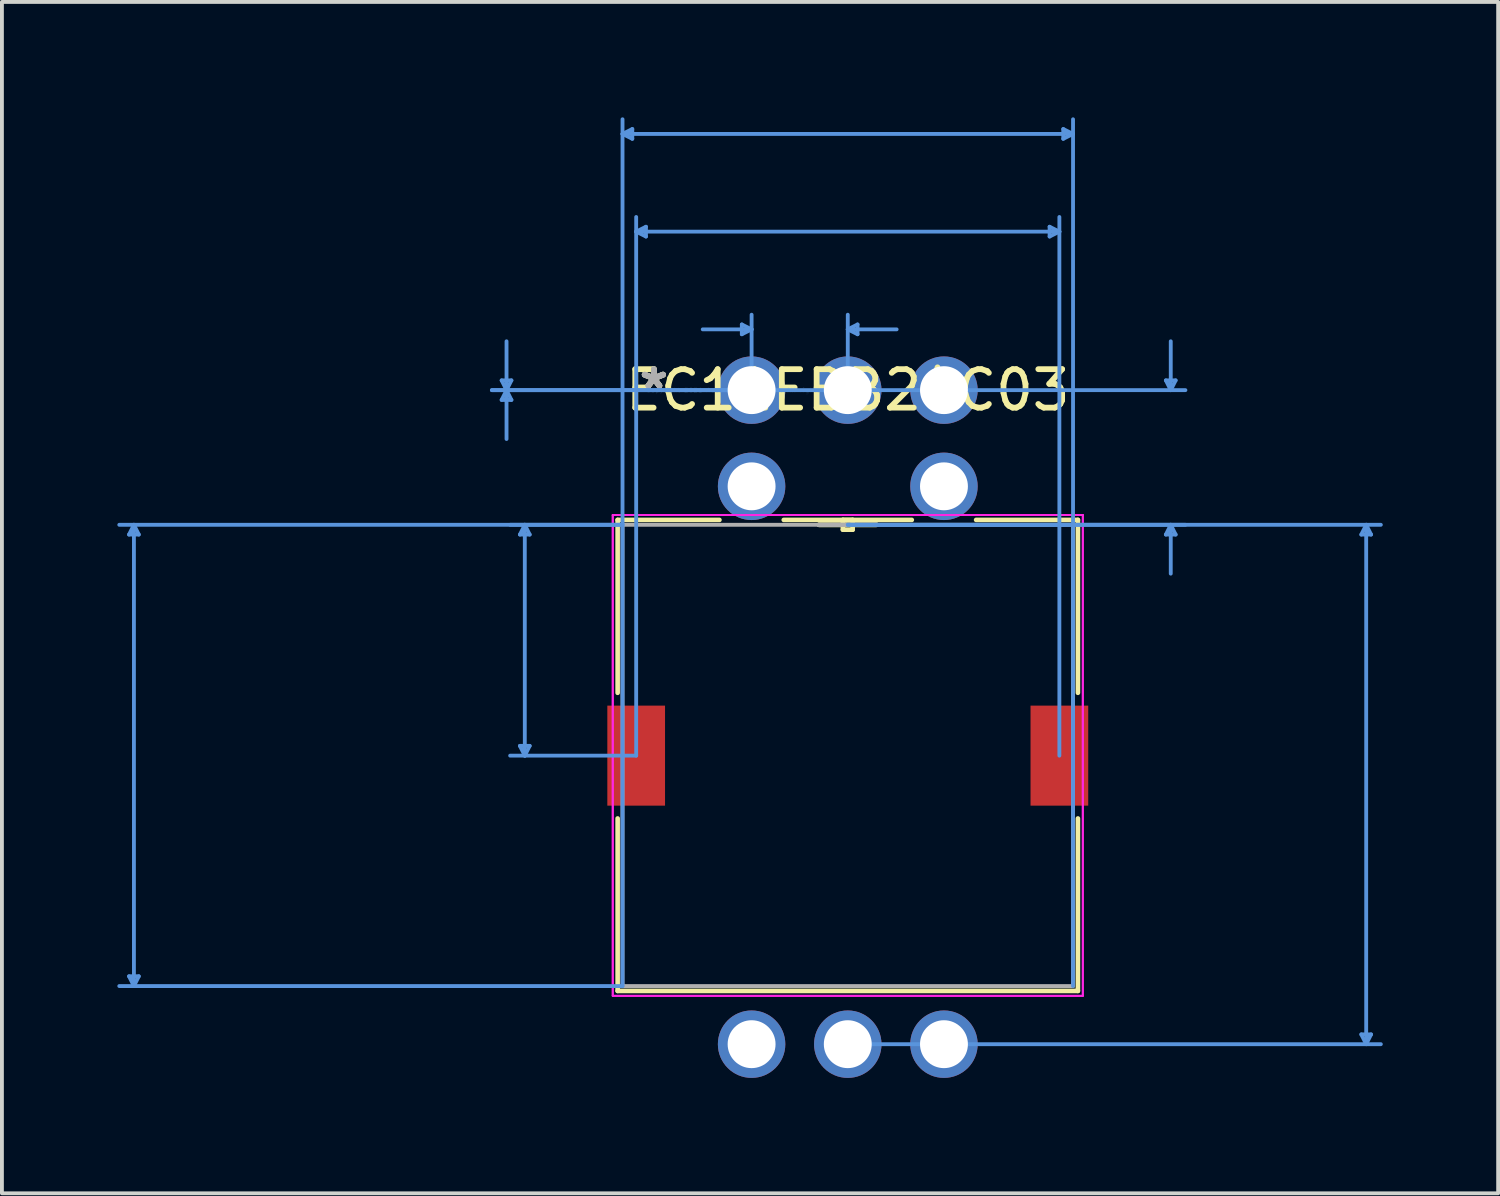
<source format=kicad_pcb>
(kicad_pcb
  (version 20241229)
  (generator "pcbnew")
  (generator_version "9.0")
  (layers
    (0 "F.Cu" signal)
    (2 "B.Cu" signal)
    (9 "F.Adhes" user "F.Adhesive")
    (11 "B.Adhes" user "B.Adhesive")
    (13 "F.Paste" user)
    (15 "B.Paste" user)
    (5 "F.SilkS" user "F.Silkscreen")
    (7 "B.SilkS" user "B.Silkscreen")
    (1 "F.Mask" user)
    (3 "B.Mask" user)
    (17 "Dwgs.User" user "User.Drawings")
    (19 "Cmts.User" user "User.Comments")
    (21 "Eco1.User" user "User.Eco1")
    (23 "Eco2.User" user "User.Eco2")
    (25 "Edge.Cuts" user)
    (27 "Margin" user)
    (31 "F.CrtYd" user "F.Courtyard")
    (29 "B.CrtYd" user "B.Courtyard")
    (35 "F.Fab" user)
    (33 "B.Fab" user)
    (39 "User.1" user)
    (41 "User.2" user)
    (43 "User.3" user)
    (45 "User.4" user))
  (footprint "EC11EBB24C03"
    (layer "F.Cu")
    (at 16.486 7.091)
    (property "Reference" "EC11EBB24C03" (at 2.5 0 0) (layer "F.SilkS") (effects (font (size 1 1) (thickness 0.15))))
    (attr through_hole)
    (fp_line (start -3.482 3.373) (end -3.482 7.867) (stroke (width 0.12) (type solid)) (layer "F.SilkS"))
    (fp_line (start -3.482 11.133) (end -3.482 15.616) (stroke (width 0.12) (type solid)) (layer "F.SilkS"))
    (fp_line (start -3.482 15.616) (end 8.482 15.616) (stroke (width 0.12) (type solid)) (layer "F.SilkS"))
    (fp_line (start -0.836 3.373) (end -3.482 3.373) (stroke (width 0.12) (type solid)) (layer "F.SilkS"))
    (fp_line (start 1.75 3.5) (end 3.25 3.5) (stroke (width 0.12) (type solid)) (layer "F.SilkS"))
    (fp_line (start 1.75 3.5) (end 3.25 3.5) (stroke (width 0.12) (type solid)) (layer "F.SilkS"))
    (fp_line (start 2.373 3.373) (end 2.373 3.627) (stroke (width 0.12) (type solid)) (layer "F.SilkS"))
    (fp_line (start 2.373 3.627) (end 2.627 3.627) (stroke (width 0.12) (type solid)) (layer "F.SilkS"))
    (fp_line (start 2.627 3.373) (end 2.373 3.373) (stroke (width 0.12) (type solid)) (layer "F.SilkS"))
    (fp_line (start 2.627 3.627) (end 2.627 3.373) (stroke (width 0.12) (type solid)) (layer "F.SilkS"))
    (fp_line (start 4.164 3.373) (end 0.836 3.373) (stroke (width 0.12) (type solid)) (layer "F.SilkS"))
    (fp_line (start 8.482 3.373) (end 5.836 3.373) (stroke (width 0.12) (type solid)) (layer "F.SilkS"))
    (fp_line (start 8.482 7.867) (end 8.482 3.373) (stroke (width 0.12) (type solid)) (layer "F.SilkS"))
    (fp_line (start 8.482 15.616) (end 8.482 11.133) (stroke (width 0.12) (type solid)) (layer "F.SilkS"))
    (fp_line (start -16.182 3.754) (end -15.928 3.754) (stroke (width 0.1) (type solid)) (layer "Cmts.User"))
    (fp_line (start -16.182 15.235) (end -15.928 15.235) (stroke (width 0.1) (type solid)) (layer "Cmts.User"))
    (fp_line (start -16.055 3.5) (end -16.182 3.754) (stroke (width 0.1) (type solid)) (layer "Cmts.User"))
    (fp_line (start -16.055 3.5) (end -16.055 15.489) (stroke (width 0.1) (type solid)) (layer "Cmts.User"))
    (fp_line (start -16.055 3.5) (end -15.928 3.754) (stroke (width 0.1) (type solid)) (layer "Cmts.User"))
    (fp_line (start -16.055 15.489) (end -16.182 15.235) (stroke (width 0.1) (type solid)) (layer "Cmts.User"))
    (fp_line (start -16.055 15.489) (end -15.928 15.235) (stroke (width 0.1) (type solid)) (layer "Cmts.User"))
    (fp_line (start -6.497 -0.254) (end -6.243 -0.254) (stroke (width 0.1) (type solid)) (layer "Cmts.User"))
    (fp_line (start -6.497 0.254) (end -6.243 0.254) (stroke (width 0.1) (type solid)) (layer "Cmts.User"))
    (fp_line (start -6.37 0) (end -6.497 -0.254) (stroke (width 0.1) (type solid)) (layer "Cmts.User"))
    (fp_line (start -6.37 0) (end -6.497 0.254) (stroke (width 0.1) (type solid)) (layer "Cmts.User"))
    (fp_line (start -6.37 0) (end -6.37 -1.27) (stroke (width 0.1) (type solid)) (layer "Cmts.User"))
    (fp_line (start -6.37 0) (end -6.37 1.27) (stroke (width 0.1) (type solid)) (layer "Cmts.User"))
    (fp_line (start -6.37 0) (end -6.243 -0.254) (stroke (width 0.1) (type solid)) (layer "Cmts.User"))
    (fp_line (start -6.37 0) (end -6.243 0.254) (stroke (width 0.1) (type solid)) (layer "Cmts.User"))
    (fp_line (start -6.022 3.754) (end -5.768 3.754) (stroke (width 0.1) (type solid)) (layer "Cmts.User"))
    (fp_line (start -6.022 9.246) (end -5.768 9.246) (stroke (width 0.1) (type solid)) (layer "Cmts.User"))
    (fp_line (start -5.895 3.5) (end -6.022 3.754) (stroke (width 0.1) (type solid)) (layer "Cmts.User"))
    (fp_line (start -5.895 3.5) (end -5.895 9.5) (stroke (width 0.1) (type solid)) (layer "Cmts.User"))
    (fp_line (start -5.895 3.5) (end -5.768 3.754) (stroke (width 0.1) (type solid)) (layer "Cmts.User"))
    (fp_line (start -5.895 9.5) (end -6.022 9.246) (stroke (width 0.1) (type solid)) (layer "Cmts.User"))
    (fp_line (start -5.895 9.5) (end -5.768 9.246) (stroke (width 0.1) (type solid)) (layer "Cmts.User"))
    (fp_line (start -3.355 -6.66) (end -3.101 -6.787) (stroke (width 0.1) (type solid)) (layer "Cmts.User"))
    (fp_line (start -3.355 -6.66) (end -3.101 -6.533) (stroke (width 0.1) (type solid)) (layer "Cmts.User"))
    (fp_line (start -3.355 -6.66) (end 8.355 -6.66) (stroke (width 0.1) (type solid)) (layer "Cmts.User"))
    (fp_line (start -3.355 3.5) (end -16.436 3.5) (stroke (width 0.1) (type solid)) (layer "Cmts.User"))
    (fp_line (start -3.355 3.5) (end -6.276 3.5) (stroke (width 0.1) (type solid)) (layer "Cmts.User"))
    (fp_line (start -3.355 15.489) (end -16.436 15.489) (stroke (width 0.1) (type solid)) (layer "Cmts.User"))
    (fp_line (start -3.355 15.489) (end -3.355 -7.041) (stroke (width 0.1) (type solid)) (layer "Cmts.User"))
    (fp_line (start -3.101 -6.787) (end -3.101 -6.533) (stroke (width 0.1) (type solid)) (layer "Cmts.User"))
    (fp_line (start -3 -4.12) (end -2.746 -4.247) (stroke (width 0.1) (type solid)) (layer "Cmts.User"))
    (fp_line (start -3 -4.12) (end -2.746 -3.993) (stroke (width 0.1) (type solid)) (layer "Cmts.User"))
    (fp_line (start -3 -4.12) (end 8 -4.12) (stroke (width 0.1) (type solid)) (layer "Cmts.User"))
    (fp_line (start -3 9.5) (end -6.276 9.5) (stroke (width 0.1) (type solid)) (layer "Cmts.User"))
    (fp_line (start -3 9.5) (end -3 -4.501) (stroke (width 0.1) (type solid)) (layer "Cmts.User"))
    (fp_line (start -2.746 -4.247) (end -2.746 -3.993) (stroke (width 0.1) (type solid)) (layer "Cmts.User"))
    (fp_line (start -0.254 -1.707) (end -0.254 -1.453) (stroke (width 0.1) (type solid)) (layer "Cmts.User"))
    (fp_line (start 0 -1.58) (end -1.27 -1.58) (stroke (width 0.1) (type solid)) (layer "Cmts.User"))
    (fp_line (start 0 -1.58) (end -0.254 -1.707) (stroke (width 0.1) (type solid)) (layer "Cmts.User"))
    (fp_line (start 0 -1.58) (end -0.254 -1.453) (stroke (width 0.1) (type solid)) (layer "Cmts.User"))
    (fp_line (start 0 0) (end -6.751 0) (stroke (width 0.1) (type solid)) (layer "Cmts.User"))
    (fp_line (start 0 0) (end 0 -1.961) (stroke (width 0.1) (type solid)) (layer "Cmts.User"))
    (fp_line (start 2.5 -1.58) (end 2.754 -1.707) (stroke (width 0.1) (type solid)) (layer "Cmts.User"))
    (fp_line (start 2.5 -1.58) (end 2.754 -1.453) (stroke (width 0.1) (type solid)) (layer "Cmts.User"))
    (fp_line (start 2.5 -1.58) (end 3.77 -1.58) (stroke (width 0.1) (type solid)) (layer "Cmts.User"))
    (fp_line (start 2.5 0) (end -6.751 0) (stroke (width 0.1) (type solid)) (layer "Cmts.User"))
    (fp_line (start 2.5 0) (end 2.5 -1.961) (stroke (width 0.1) (type solid)) (layer "Cmts.User"))
    (fp_line (start 2.5 0) (end 11.276 0) (stroke (width 0.1) (type solid)) (layer "Cmts.User"))
    (fp_line (start 2.5 3.5) (end 11.276 3.5) (stroke (width 0.1) (type solid)) (layer "Cmts.User"))
    (fp_line (start 2.5 3.5) (end 16.356 3.5) (stroke (width 0.1) (type solid)) (layer "Cmts.User"))
    (fp_line (start 2.5 17) (end 16.356 17) (stroke (width 0.1) (type solid)) (layer "Cmts.User"))
    (fp_line (start 2.754 -1.707) (end 2.754 -1.453) (stroke (width 0.1) (type solid)) (layer "Cmts.User"))
    (fp_line (start 7.746 -4.247) (end 7.746 -3.993) (stroke (width 0.1) (type solid)) (layer "Cmts.User"))
    (fp_line (start 8 -4.12) (end 7.746 -4.247) (stroke (width 0.1) (type solid)) (layer "Cmts.User"))
    (fp_line (start 8 -4.12) (end 7.746 -3.993) (stroke (width 0.1) (type solid)) (layer "Cmts.User"))
    (fp_line (start 8 9.5) (end 8 -4.501) (stroke (width 0.1) (type solid)) (layer "Cmts.User"))
    (fp_line (start 8.101 -6.787) (end 8.101 -6.533) (stroke (width 0.1) (type solid)) (layer "Cmts.User"))
    (fp_line (start 8.355 -6.66) (end 8.101 -6.787) (stroke (width 0.1) (type solid)) (layer "Cmts.User"))
    (fp_line (start 8.355 -6.66) (end 8.101 -6.533) (stroke (width 0.1) (type solid)) (layer "Cmts.User"))
    (fp_line (start 8.355 15.489) (end 8.355 -7.041) (stroke (width 0.1) (type solid)) (layer "Cmts.User"))
    (fp_line (start 10.768 -0.254) (end 11.022 -0.254) (stroke (width 0.1) (type solid)) (layer "Cmts.User"))
    (fp_line (start 10.768 3.754) (end 11.022 3.754) (stroke (width 0.1) (type solid)) (layer "Cmts.User"))
    (fp_line (start 10.895 0) (end 10.768 -0.254) (stroke (width 0.1) (type solid)) (layer "Cmts.User"))
    (fp_line (start 10.895 0) (end 10.895 -1.27) (stroke (width 0.1) (type solid)) (layer "Cmts.User"))
    (fp_line (start 10.895 0) (end 11.022 -0.254) (stroke (width 0.1) (type solid)) (layer "Cmts.User"))
    (fp_line (start 10.895 3.5) (end 10.768 3.754) (stroke (width 0.1) (type solid)) (layer "Cmts.User"))
    (fp_line (start 10.895 3.5) (end 10.895 4.77) (stroke (width 0.1) (type solid)) (layer "Cmts.User"))
    (fp_line (start 10.895 3.5) (end 11.022 3.754) (stroke (width 0.1) (type solid)) (layer "Cmts.User"))
    (fp_line (start 15.848 3.754) (end 16.102 3.754) (stroke (width 0.1) (type solid)) (layer "Cmts.User"))
    (fp_line (start 15.848 16.746) (end 16.102 16.746) (stroke (width 0.1) (type solid)) (layer "Cmts.User"))
    (fp_line (start 15.975 3.5) (end 15.848 3.754) (stroke (width 0.1) (type solid)) (layer "Cmts.User"))
    (fp_line (start 15.975 3.5) (end 15.975 17) (stroke (width 0.1) (type solid)) (layer "Cmts.User"))
    (fp_line (start 15.975 3.5) (end 16.102 3.754) (stroke (width 0.1) (type solid)) (layer "Cmts.User"))
    (fp_line (start 15.975 17) (end 15.848 16.746) (stroke (width 0.1) (type solid)) (layer "Cmts.User"))
    (fp_line (start 15.975 17) (end 16.102 16.746) (stroke (width 0.1) (type solid)) (layer "Cmts.User"))
    (fp_line (start -3.609 3.246) (end -3.609 15.743) (stroke (width 0.05) (type solid)) (layer "F.CrtYd"))
    (fp_line (start -3.609 3.246) (end -3.609 15.743) (stroke (width 0.05) (type solid)) (layer "F.CrtYd"))
    (fp_line (start -3.609 15.743) (end 8.609 15.743) (stroke (width 0.05) (type solid)) (layer "F.CrtYd"))
    (fp_line (start -3.609 15.743) (end 8.609 15.743) (stroke (width 0.05) (type solid)) (layer "F.CrtYd"))
    (fp_line (start 8.609 3.246) (end -3.609 3.246) (stroke (width 0.05) (type solid)) (layer "F.CrtYd"))
    (fp_line (start 8.609 3.246) (end -3.609 3.246) (stroke (width 0.05) (type solid)) (layer "F.CrtYd"))
    (fp_line (start 8.609 15.743) (end 8.609 3.246) (stroke (width 0.05) (type solid)) (layer "F.CrtYd"))
    (fp_line (start 8.609 15.743) (end 8.609 3.246) (stroke (width 0.05) (type solid)) (layer "F.CrtYd"))
    (fp_line (start -3.355 3.5) (end -3.355 15.489) (stroke (width 0.1) (type solid)) (layer "F.Fab"))
    (fp_line (start -3.355 15.489) (end 8.355 15.489) (stroke (width 0.1) (type solid)) (layer "F.Fab"))
    (fp_line (start 1.75 3.5) (end 1.75 3.5) (stroke (width 0.1) (type solid)) (layer "F.Fab"))
    (fp_line (start 1.75 3.5) (end 1.75 3.5) (stroke (width 0.1) (type solid)) (layer "F.Fab"))
    (fp_line (start 1.75 3.5) (end 3.25 3.5) (stroke (width 0.1) (type solid)) (layer "F.Fab"))
    (fp_line (start 1.75 3.5) (end 3.25 3.5) (stroke (width 0.1) (type solid)) (layer "F.Fab"))
    (fp_line (start 2.125 3.5) (end 2.125 3.5) (stroke (width 0.1) (type solid)) (layer "F.Fab"))
    (fp_line (start 2.125 3.5) (end 2.125 3.5) (stroke (width 0.1) (type solid)) (layer "F.Fab"))
    (fp_line (start 2.5 3.5) (end 2.5 3.5) (stroke (width 0.1) (type solid)) (layer "F.Fab"))
    (fp_line (start 2.5 3.5) (end 2.5 3.5) (stroke (width 0.1) (type solid)) (layer "F.Fab"))
    (fp_line (start 2.5 3.5) (end 2.5 3.5) (stroke (width 0.1) (type solid)) (layer "F.Fab"))
    (fp_line (start 2.5 3.5) (end 2.5 3.5) (stroke (width 0.1) (type solid)) (layer "F.Fab"))
    (fp_line (start 2.875 3.5) (end 2.875 3.5) (stroke (width 0.1) (type solid)) (layer "F.Fab"))
    (fp_line (start 2.875 3.5) (end 2.875 3.5) (stroke (width 0.1) (type solid)) (layer "F.Fab"))
    (fp_line (start 3.25 3.5) (end 3.25 3.5) (stroke (width 0.1) (type solid)) (layer "F.Fab"))
    (fp_line (start 3.25 3.5) (end 3.25 3.5) (stroke (width 0.1) (type solid)) (layer "F.Fab"))
    (fp_line (start 8.355 3.5) (end -3.355 3.5) (stroke (width 0.1) (type solid)) (layer "F.Fab"))
    (fp_line (start 8.355 15.489) (end 8.355 3.5) (stroke (width 0.1) (type solid)) (layer "F.Fab"))
    (fp_text user "*" (at -2.54 0 0) (layer "F.SilkS") (effects (font (size 1 1) (thickness 0.15))))
    (fp_text user "*" (at -2.54 0 0) (layer "F.SilkS") (effects (font (size 1 1) (thickness 0.15))))
    (fp_text user "Copyright 2021 Accelerated Designs. All rights reserved." (at 0 0 0) (layer "Cmts.User") (effects (font (size 0.127 0.127) (thickness 0.002))))
    (fp_text user "*" (at -2.54 0 0) (layer "F.Fab") (effects (font (size 1 1) (thickness 0.15))))
    (fp_text user "*" (at -2.54 0 0) (layer "F.Fab") (effects (font (size 1 1) (thickness 0.15))))
    (pad "1" thru_hole circle (at 0 0) (size 1.753 1.753) (drill 1.245) (layers "*.Cu" "*.Mask"))
    (pad "2" thru_hole circle (at 2.5 0) (size 1.753 1.753) (drill 1.245) (layers "*.Cu" "*.Mask"))
    (pad "3" thru_hole circle (at 5 0) (size 1.753 1.753) (drill 1.245) (layers "*.Cu" "*.Mask"))
    (pad "4" thru_hole circle (at 0 2.5) (size 1.753 1.753) (drill 1.245) (layers "*.Cu" "*.Mask"))
    (pad "5" thru_hole circle (at 5 2.5) (size 1.753 1.753) (drill 1.245) (layers "*.Cu" "*.Mask"))
    (pad "6" thru_hole circle (at 0 17) (size 1.753 1.753) (drill 1.245) (layers "*.Cu" "*.Mask"))
    (pad "7" thru_hole circle (at 2.5 17) (size 1.753 1.753) (drill 1.245) (layers "*.Cu" "*.Mask"))
    (pad "8" thru_hole circle (at 5 17) (size 1.753 1.753) (drill 1.245) (layers "*.Cu" "*.Mask"))
    (pad "9" smd rect (at -3 9.5) (size 1.5 2.6) (layers "F.Cu" "F.Mask" "F.Paste"))
    (pad "10" smd rect (at 8 9.5) (size 1.5 2.6) (layers "F.Cu" "F.Mask" "F.Paste")))
  (gr_rect
    (start -3 -3)
    (end 35.891 27.967)
    (stroke (width 0.1) (type default))
    (fill no)
    (layer "Edge.Cuts")))
</source>
